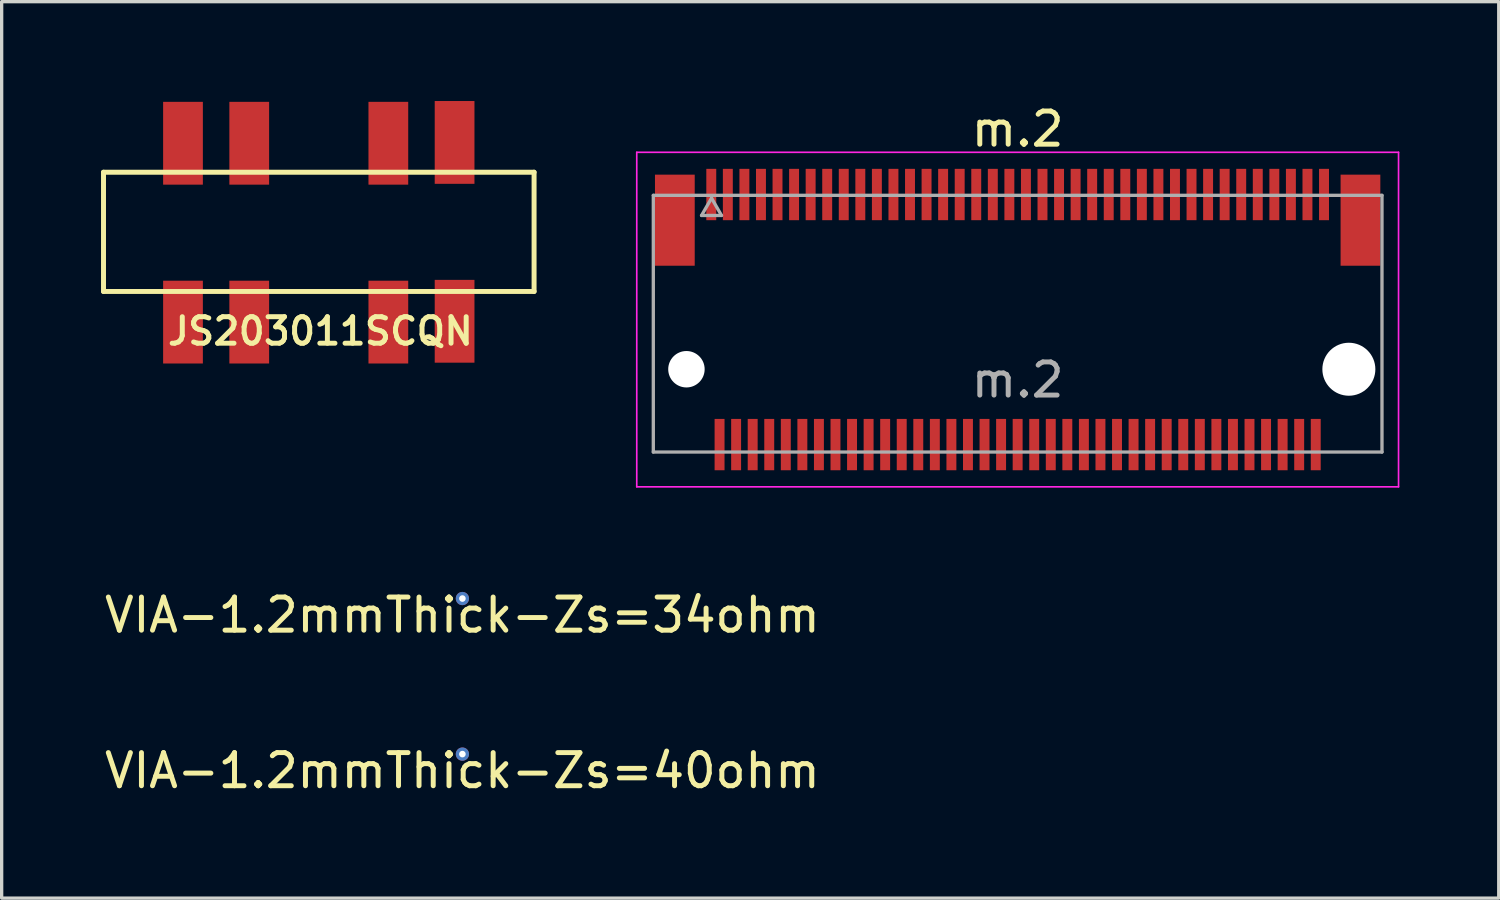
<source format=kicad_pcb>
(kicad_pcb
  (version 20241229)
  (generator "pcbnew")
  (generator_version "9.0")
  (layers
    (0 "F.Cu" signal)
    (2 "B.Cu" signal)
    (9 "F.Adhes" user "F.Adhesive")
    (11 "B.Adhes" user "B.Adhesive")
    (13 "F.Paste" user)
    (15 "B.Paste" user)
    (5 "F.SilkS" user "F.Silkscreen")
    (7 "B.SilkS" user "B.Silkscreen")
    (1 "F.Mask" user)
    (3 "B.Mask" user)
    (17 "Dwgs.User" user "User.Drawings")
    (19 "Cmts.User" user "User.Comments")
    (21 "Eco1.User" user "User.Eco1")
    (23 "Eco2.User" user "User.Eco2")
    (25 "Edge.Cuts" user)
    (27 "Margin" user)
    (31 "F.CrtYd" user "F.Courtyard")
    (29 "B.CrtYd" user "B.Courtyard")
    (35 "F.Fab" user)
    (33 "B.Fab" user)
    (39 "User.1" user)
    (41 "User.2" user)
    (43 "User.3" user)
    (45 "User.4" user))
  (footprint "JS203011SCQN"
    (layer "F.Cu")
    (at 6.575 3.95)
    (property "Reference" "JS203011SCQN" (at 0.05 3 180) (layer "F.SilkS") (effects (font (size 0.8 0.8) (thickness 0.15))))
    (attr through_hole)
    (fp_line (start -6.5 -1.8) (end -6.5 1.8) (stroke (width 0.15) (type solid)) (layer "F.SilkS"))
    (fp_line (start -6.5 -1.8) (end 6.5 -1.8) (stroke (width 0.15) (type solid)) (layer "F.SilkS"))
    (fp_line (start -6.5 1.8) (end 6.5 1.8) (stroke (width 0.15) (type solid)) (layer "F.SilkS"))
    (fp_line (start 6.5 -1.8) (end 6.5 1.8) (stroke (width 0.15) (type solid)) (layer "F.SilkS"))
    (pad "1" smd rect (at -4.1 2.725) (size 1.2 2.5) (layers "F.Cu" "F.Mask" "F.Paste"))
    (pad "2" smd rect (at -2.1 2.725) (size 1.2 2.5) (layers "F.Cu" "F.Mask" "F.Paste"))
    (pad "3" smd rect (at 2.1 2.725) (size 1.2 2.5) (layers "F.Cu" "F.Mask" "F.Paste"))
    (pad "4" smd rect (at 4.1 2.7) (size 1.2 2.5) (layers "F.Cu" "F.Mask" "F.Paste"))
    (pad "5" smd rect (at -4.1 -2.675) (size 1.2 2.5) (layers "F.Cu" "F.Mask" "F.Paste"))
    (pad "6" smd rect (at -2.1 -2.675) (size 1.2 2.5) (layers "F.Cu" "F.Mask" "F.Paste"))
    (pad "7" smd rect (at 2.1 -2.675) (size 1.2 2.5) (layers "F.Cu" "F.Mask" "F.Paste"))
    (pad "8" smd rect (at 4.1 -2.7) (size 1.2 2.5) (layers "F.Cu" "F.Mask" "F.Paste")))
  (footprint "VIA-1.2mmThick-Zs=34ohm"
    (layer "F.Cu")
    (at 10.911 15.021)
    (property "Reference" "VIA-1.2mmThick-Zs=34ohm" (at 0 0.5 0) (layer "F.SilkS") (effects (font (size 1 1) (thickness 0.15))))
    (attr through_hole)
    (pad "1" thru_hole circle (at 0 0) (size 0.4 0.4) (drill 0.2) (layers "*.Cu" "*.Mask")))
  (footprint "m.2"
    (layer "F.Cu")
    (at 27.675 6.598)
    (property "Reference" "m.2" (at 0 -5.75 0) (layer "F.SilkS") (effects (font (size 1 1) (thickness 0.15))))
    (attr smd)
    (fp_line (start -11.5 -5.05) (end 11.5 -5.05) (stroke (width 0.05) (type solid)) (layer "F.CrtYd"))
    (fp_line (start -11.5 5.05) (end -11.5 -5.05) (stroke (width 0.05) (type solid)) (layer "F.CrtYd"))
    (fp_line (start 11.5 -5.05) (end 11.5 5.05) (stroke (width 0.05) (type solid)) (layer "F.CrtYd"))
    (fp_line (start 11.5 5.05) (end -11.5 5.05) (stroke (width 0.05) (type solid)) (layer "F.CrtYd"))
    (fp_line (start -11 -3.75) (end 11 -3.75) (stroke (width 0.1) (type solid)) (layer "F.Fab"))
    (fp_line (start -11 4) (end -11 -3.75) (stroke (width 0.1) (type solid)) (layer "F.Fab"))
    (fp_line (start -11 4) (end 11 4) (stroke (width 0.1) (type solid)) (layer "F.Fab"))
    (fp_line (start -9.544 -3.143) (end -8.941 -3.143) (stroke (width 0.1) (type solid)) (layer "F.Fab"))
    (fp_line (start -9.242 -3.665) (end -9.544 -3.143) (stroke (width 0.1) (type solid)) (layer "F.Fab"))
    (fp_line (start -8.941 -3.143) (end -9.242 -3.665) (stroke (width 0.1) (type solid)) (layer "F.Fab"))
    (fp_line (start 11 -3.75) (end 11 4) (stroke (width 0.1) (type solid)) (layer "F.Fab"))
    (fp_text user "${REFERENCE}" (at 0 1.825 0) (layer "F.Fab") (effects (font (size 1 1) (thickness 0.15))))
    (pad "" np_thru_hole circle (at -10 1.5) (size 1.1 1.1) (drill 1.1) (layers "*.Cu" "*.Mask"))
    (pad "" np_thru_hole circle (at 10 1.5) (size 1.6 1.6) (drill 1.6) (layers "*.Cu" "*.Mask"))
    (pad "1" smd rect (at -9.25 -3.775) (size 0.3 1.55) (layers "F.Cu" "F.Mask" "F.Paste"))
    (pad "2" smd rect (at -9 3.775) (size 0.3 1.55) (layers "F.Cu" "F.Mask" "F.Paste"))
    (pad "3" smd rect (at -8.75 -3.775) (size 0.3 1.55) (layers "F.Cu" "F.Mask" "F.Paste"))
    (pad "4" smd rect (at -8.5 3.775) (size 0.3 1.55) (layers "F.Cu" "F.Mask" "F.Paste"))
    (pad "5" smd rect (at -8.25 -3.775) (size 0.3 1.55) (layers "F.Cu" "F.Mask" "F.Paste"))
    (pad "6" smd rect (at -8 3.775) (size 0.3 1.55) (layers "F.Cu" "F.Mask" "F.Paste"))
    (pad "7" smd rect (at -7.75 -3.775) (size 0.3 1.55) (layers "F.Cu" "F.Mask" "F.Paste"))
    (pad "8" smd rect (at -7.5 3.775) (size 0.3 1.55) (layers "F.Cu" "F.Mask" "F.Paste"))
    (pad "9" smd rect (at -7.25 -3.775) (size 0.3 1.55) (layers "F.Cu" "F.Mask" "F.Paste"))
    (pad "10" smd rect (at -7 3.775) (size 0.3 1.55) (layers "F.Cu" "F.Mask" "F.Paste"))
    (pad "11" smd rect (at -6.75 -3.775) (size 0.3 1.55) (layers "F.Cu" "F.Mask" "F.Paste"))
    (pad "12" smd rect (at -6.5 3.775) (size 0.3 1.55) (layers "F.Cu" "F.Mask" "F.Paste"))
    (pad "13" smd rect (at -6.25 -3.775) (size 0.3 1.55) (layers "F.Cu" "F.Mask" "F.Paste"))
    (pad "14" smd rect (at -6 3.775) (size 0.3 1.55) (layers "F.Cu" "F.Mask" "F.Paste"))
    (pad "15" smd rect (at -5.75 -3.775) (size 0.3 1.55) (layers "F.Cu" "F.Mask" "F.Paste"))
    (pad "16" smd rect (at -5.5 3.775) (size 0.3 1.55) (layers "F.Cu" "F.Mask" "F.Paste"))
    (pad "17" smd rect (at -5.25 -3.775) (size 0.3 1.55) (layers "F.Cu" "F.Mask" "F.Paste"))
    (pad "18" smd rect (at -5 3.775) (size 0.3 1.55) (layers "F.Cu" "F.Mask" "F.Paste"))
    (pad "19" smd rect (at -4.75 -3.775) (size 0.3 1.55) (layers "F.Cu" "F.Mask" "F.Paste"))
    (pad "20" smd rect (at -4.5 3.775) (size 0.3 1.55) (layers "F.Cu" "F.Mask" "F.Paste"))
    (pad "21" smd rect (at -4.25 -3.775) (size 0.3 1.55) (layers "F.Cu" "F.Mask" "F.Paste"))
    (pad "22" smd rect (at -4 3.775) (size 0.3 1.55) (layers "F.Cu" "F.Mask" "F.Paste"))
    (pad "23" smd rect (at -3.75 -3.775) (size 0.3 1.55) (layers "F.Cu" "F.Mask" "F.Paste"))
    (pad "24" smd rect (at -3.5 3.775) (size 0.3 1.55) (layers "F.Cu" "F.Mask" "F.Paste"))
    (pad "25" smd rect (at -3.25 -3.775) (size 0.3 1.55) (layers "F.Cu" "F.Mask" "F.Paste"))
    (pad "26" smd rect (at -3 3.775) (size 0.3 1.55) (layers "F.Cu" "F.Mask" "F.Paste"))
    (pad "27" smd rect (at -2.75 -3.775) (size 0.3 1.55) (layers "F.Cu" "F.Mask" "F.Paste"))
    (pad "28" smd rect (at -2.5 3.775) (size 0.3 1.55) (layers "F.Cu" "F.Mask" "F.Paste"))
    (pad "29" smd rect (at -2.25 -3.775) (size 0.3 1.55) (layers "F.Cu" "F.Mask" "F.Paste"))
    (pad "30" smd rect (at -2 3.775) (size 0.3 1.55) (layers "F.Cu" "F.Mask" "F.Paste"))
    (pad "31" smd rect (at -1.75 -3.775) (size 0.3 1.55) (layers "F.Cu" "F.Mask" "F.Paste"))
    (pad "32" smd rect (at -1.5 3.775) (size 0.3 1.55) (layers "F.Cu" "F.Mask" "F.Paste"))
    (pad "33" smd rect (at -1.25 -3.775) (size 0.3 1.55) (layers "F.Cu" "F.Mask" "F.Paste"))
    (pad "34" smd rect (at -1 3.775) (size 0.3 1.55) (layers "F.Cu" "F.Mask" "F.Paste"))
    (pad "35" smd rect (at -0.75 -3.775) (size 0.3 1.55) (layers "F.Cu" "F.Mask" "F.Paste"))
    (pad "36" smd rect (at -0.5 3.775) (size 0.3 1.55) (layers "F.Cu" "F.Mask" "F.Paste"))
    (pad "37" smd rect (at -0.25 -3.775) (size 0.3 1.55) (layers "F.Cu" "F.Mask" "F.Paste"))
    (pad "38" smd rect (at 0 3.775) (size 0.3 1.55) (layers "F.Cu" "F.Mask" "F.Paste"))
    (pad "39" smd rect (at 0.25 -3.775) (size 0.3 1.55) (layers "F.Cu" "F.Mask" "F.Paste"))
    (pad "40" smd rect (at 0.5 3.775) (size 0.3 1.55) (layers "F.Cu" "F.Mask" "F.Paste"))
    (pad "41" smd rect (at 0.75 -3.775) (size 0.3 1.55) (layers "F.Cu" "F.Mask" "F.Paste"))
    (pad "42" smd rect (at 1 3.775) (size 0.3 1.55) (layers "F.Cu" "F.Mask" "F.Paste"))
    (pad "43" smd rect (at 1.25 -3.775) (size 0.3 1.55) (layers "F.Cu" "F.Mask" "F.Paste"))
    (pad "44" smd rect (at 1.5 3.775) (size 0.3 1.55) (layers "F.Cu" "F.Mask" "F.Paste"))
    (pad "45" smd rect (at 1.75 -3.775) (size 0.3 1.55) (layers "F.Cu" "F.Mask" "F.Paste"))
    (pad "46" smd rect (at 2 3.775) (size 0.3 1.55) (layers "F.Cu" "F.Mask" "F.Paste"))
    (pad "47" smd rect (at 2.25 -3.775) (size 0.3 1.55) (layers "F.Cu" "F.Mask" "F.Paste"))
    (pad "48" smd rect (at 2.5 3.775) (size 0.3 1.55) (layers "F.Cu" "F.Mask" "F.Paste"))
    (pad "49" smd rect (at 2.75 -3.775) (size 0.3 1.55) (layers "F.Cu" "F.Mask" "F.Paste"))
    (pad "50" smd rect (at 3 3.775) (size 0.3 1.55) (layers "F.Cu" "F.Mask" "F.Paste"))
    (pad "51" smd rect (at 3.25 -3.775) (size 0.3 1.55) (layers "F.Cu" "F.Mask" "F.Paste"))
    (pad "52" smd rect (at 3.5 3.775) (size 0.3 1.55) (layers "F.Cu" "F.Mask" "F.Paste"))
    (pad "53" smd rect (at 3.75 -3.775) (size 0.3 1.55) (layers "F.Cu" "F.Mask" "F.Paste"))
    (pad "54" smd rect (at 4 3.775) (size 0.3 1.55) (layers "F.Cu" "F.Mask" "F.Paste"))
    (pad "55" smd rect (at 4.25 -3.775) (size 0.3 1.55) (layers "F.Cu" "F.Mask" "F.Paste"))
    (pad "56" smd rect (at 4.5 3.775) (size 0.3 1.55) (layers "F.Cu" "F.Mask" "F.Paste"))
    (pad "57" smd rect (at 4.75 -3.775) (size 0.3 1.55) (layers "F.Cu" "F.Mask" "F.Paste"))
    (pad "58" smd rect (at 5 3.775) (size 0.3 1.55) (layers "F.Cu" "F.Mask" "F.Paste"))
    (pad "59" smd rect (at 5.25 -3.775) (size 0.3 1.55) (layers "F.Cu" "F.Mask" "F.Paste"))
    (pad "60" smd rect (at 5.5 3.775) (size 0.3 1.55) (layers "F.Cu" "F.Mask" "F.Paste"))
    (pad "61" smd rect (at 5.75 -3.775) (size 0.3 1.55) (layers "F.Cu" "F.Mask" "F.Paste"))
    (pad "62" smd rect (at 6 3.775) (size 0.3 1.55) (layers "F.Cu" "F.Mask" "F.Paste"))
    (pad "63" smd rect (at 6.25 -3.775) (size 0.3 1.55) (layers "F.Cu" "F.Mask" "F.Paste"))
    (pad "64" smd rect (at 6.5 3.775) (size 0.3 1.55) (layers "F.Cu" "F.Mask" "F.Paste"))
    (pad "65" smd rect (at 6.75 -3.775) (size 0.3 1.55) (layers "F.Cu" "F.Mask" "F.Paste"))
    (pad "66" smd rect (at 7 3.775) (size 0.3 1.55) (layers "F.Cu" "F.Mask" "F.Paste"))
    (pad "67" smd rect (at 7.25 -3.775) (size 0.3 1.55) (layers "F.Cu" "F.Mask" "F.Paste"))
    (pad "68" smd rect (at 7.5 3.775) (size 0.3 1.55) (layers "F.Cu" "F.Mask" "F.Paste"))
    (pad "69" smd rect (at 7.75 -3.775) (size 0.3 1.55) (layers "F.Cu" "F.Mask" "F.Paste"))
    (pad "70" smd rect (at 8 3.775) (size 0.3 1.55) (layers "F.Cu" "F.Mask" "F.Paste"))
    (pad "71" smd rect (at 8.25 -3.775) (size 0.3 1.55) (layers "F.Cu" "F.Mask" "F.Paste"))
    (pad "72" smd rect (at 8.5 3.775) (size 0.3 1.55) (layers "F.Cu" "F.Mask" "F.Paste"))
    (pad "73" smd rect (at 8.75 -3.775) (size 0.3 1.55) (layers "F.Cu" "F.Mask" "F.Paste"))
    (pad "74" smd rect (at 9 3.775) (size 0.3 1.55) (layers "F.Cu" "F.Mask" "F.Paste"))
    (pad "75" smd rect (at 9.25 -3.775) (size 0.3 1.55) (layers "F.Cu" "F.Mask" "F.Paste"))
    (pad "MP" smd rect (at -10.35 -3) (size 1.2 2.75) (layers "F.Cu" "F.Mask" "F.Paste"))
    (pad "MP" smd rect (at 10.35 -3) (size 1.2 2.75) (layers "F.Cu" "F.Mask" "F.Paste")))
  (footprint "VIA-1.2mmThick-Zs=40ohm"
    (layer "F.Cu")
    (at 10.911 19.718)
    (property "Reference" "VIA-1.2mmThick-Zs=40ohm" (at 0 0.5 0) (layer "F.SilkS") (effects (font (size 1 1) (thickness 0.15))))
    (attr through_hole)
    (pad "1" thru_hole circle (at 0 0) (size 0.4 0.4) (drill 0.2) (layers "*.Cu" "*.Mask")))
  (gr_rect
    (start -3 -3)
    (end 42.2 24.066)
    (stroke (width 0.1) (type default))
    (fill no)
    (layer "Edge.Cuts")))
</source>
